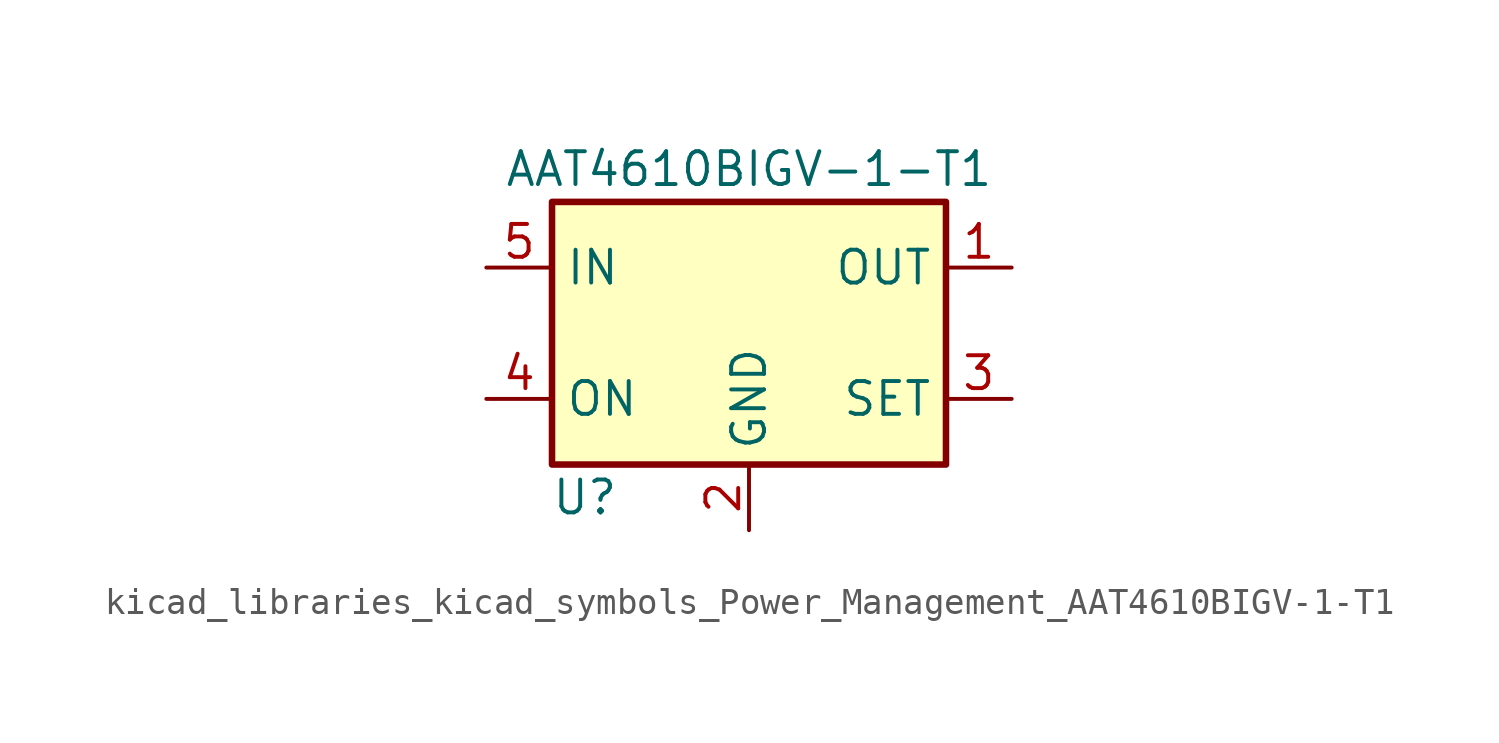
<source format=kicad_sym>
(kicad_symbol_lib
  (version 20220914)
  (generator kicad_symbol_editor)
  (symbol "kicad_libraries_kicad_symbols_Power_Management_AAT4610BIGV-1-T1"
    (property "Reference" "U"
      (at -6.35 -6.35 0)
      (effects (font (size 1.27 1.27))))
    (property "Value" "AAT4610BIGV-1-T1"
      (at 0 6.35 0)
      (effects (font (size 1.27 1.27))))
    (symbol "kicad_libraries_kicad_symbols_Power_Management_AAT4610BIGV-1-T1_0_1"
      (rectangle (start -7.62 5.08) (end 7.62 -5.08) (stroke (width 0.254) (type default)) (fill (type background))))
    (symbol "kicad_libraries_kicad_symbols_Power_Management_AAT4610BIGV-1-T1_1_1"
      (pin power_out line (at 10.16 2.54 180) (length 2.54) (name "OUT" (effects (font (size 1.27 1.27)))) (number "1" (effects (font (size 1.27 1.27)))))
      (pin power_in line (at 0 -7.62 90) (length 2.54) (name "GND" (effects (font (size 1.27 1.27)))) (number "2" (effects (font (size 1.27 1.27)))))
      (pin passive line (at 10.16 -2.54 180) (length 2.54) (name "SET" (effects (font (size 1.27 1.27)))) (number "3" (effects (font (size 1.27 1.27)))))
      (pin input line (at -10.16 -2.54 0) (length 2.54) (name "ON" (effects (font (size 1.27 1.27)))) (number "4" (effects (font (size 1.27 1.27)))))
      (pin power_in line (at -10.16 2.54 0) (length 2.54) (name "IN" (effects (font (size 1.27 1.27)))) (number "5" (effects (font (size 1.27 1.27))))))))
</source>
